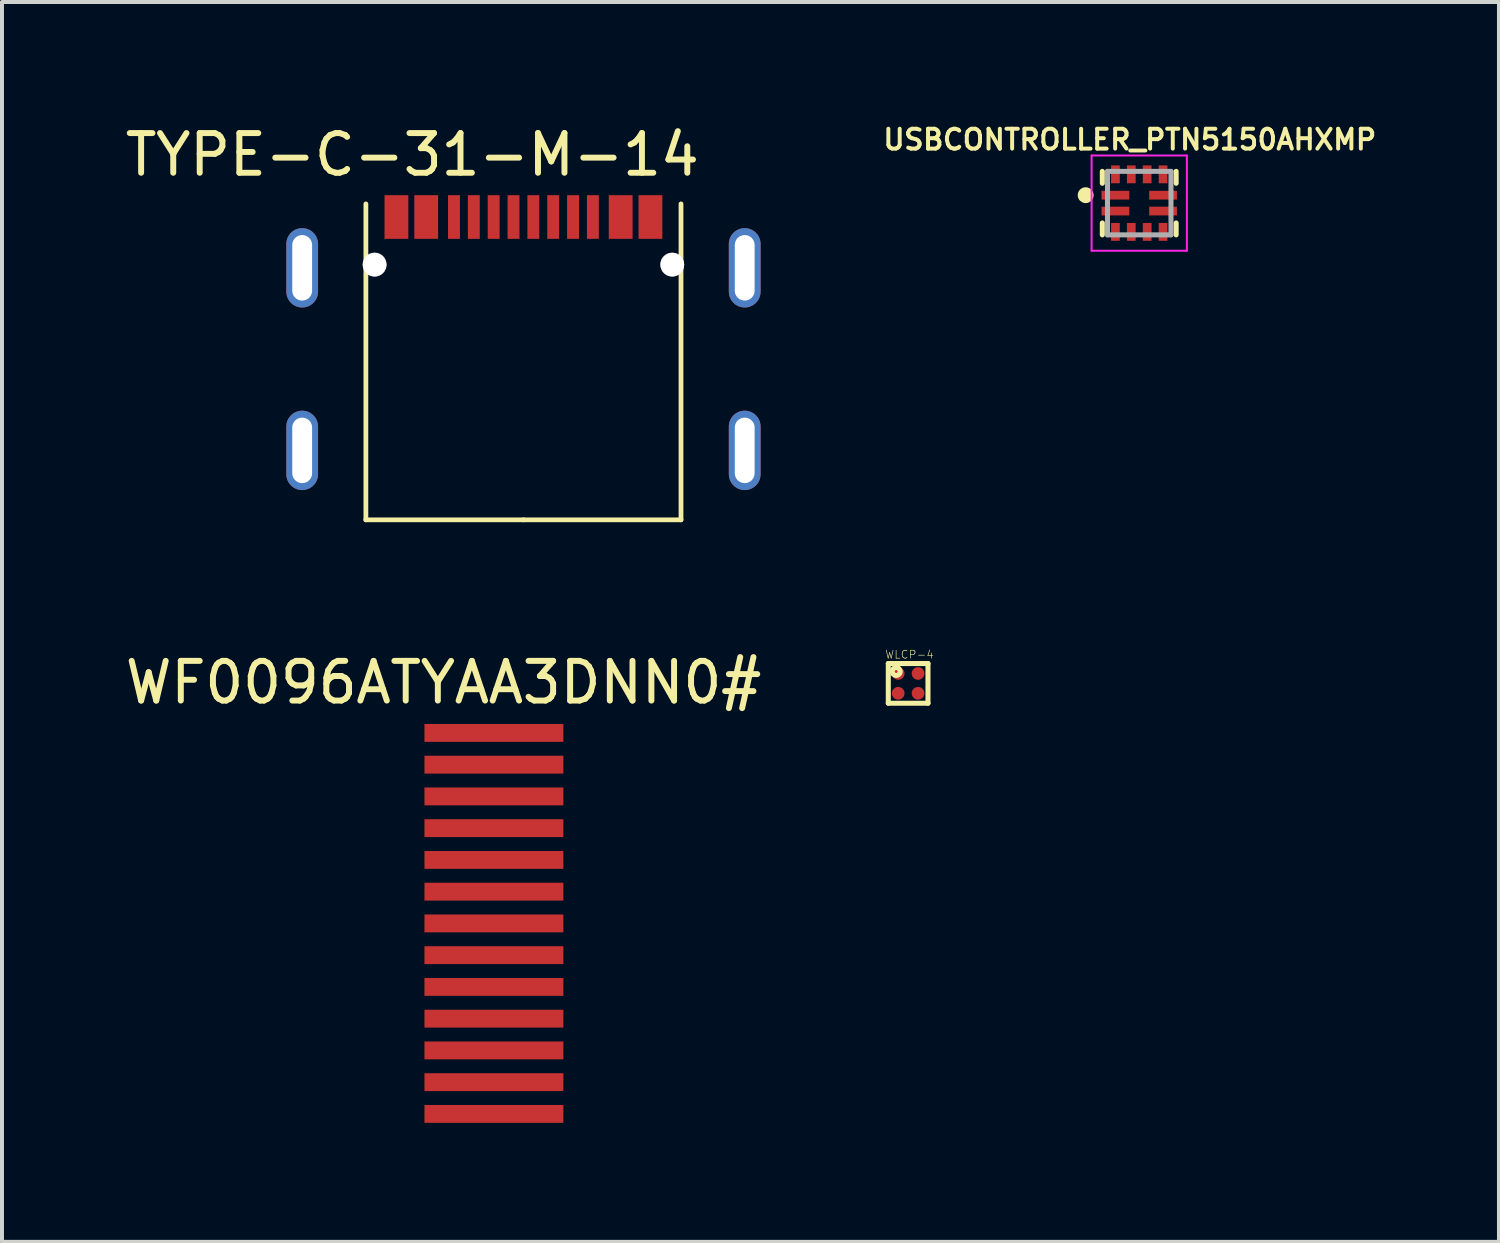
<source format=kicad_pcb>
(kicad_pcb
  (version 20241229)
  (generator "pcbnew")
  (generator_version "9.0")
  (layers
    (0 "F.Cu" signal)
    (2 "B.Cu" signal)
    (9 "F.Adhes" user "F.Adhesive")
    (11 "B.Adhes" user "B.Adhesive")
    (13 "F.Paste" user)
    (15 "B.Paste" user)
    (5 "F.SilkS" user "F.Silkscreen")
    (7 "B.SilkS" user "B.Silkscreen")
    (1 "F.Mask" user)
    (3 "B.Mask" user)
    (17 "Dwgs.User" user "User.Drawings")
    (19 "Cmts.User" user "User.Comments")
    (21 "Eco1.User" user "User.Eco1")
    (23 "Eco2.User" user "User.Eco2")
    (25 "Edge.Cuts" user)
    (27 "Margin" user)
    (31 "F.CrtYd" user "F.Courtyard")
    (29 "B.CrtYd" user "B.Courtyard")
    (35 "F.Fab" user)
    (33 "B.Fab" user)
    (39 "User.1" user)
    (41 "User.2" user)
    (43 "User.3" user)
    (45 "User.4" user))
  (footprint "WLCP-4"
    (layer "F.Cu")
    (at 19.832 14.169)
    (property "Reference" "WLCP-4" (at 0.035 -0.727 0) (layer "F.SilkS") (effects (font (size 0.2 0.2) (thickness 0.015))))
    (attr through_hole)
    (fp_circle (center -0.25 -0.25) (end -0.09 -0.25) (stroke (width 0.1) (type solid)) (fill no) (layer "F.Mask"))
    (fp_circle (center -0.25 0.25) (end -0.09 0.25) (stroke (width 0.1) (type solid)) (fill no) (layer "F.Mask"))
    (fp_circle (center 0.25 -0.25) (end 0.41 -0.25) (stroke (width 0.1) (type solid)) (fill no) (layer "F.Mask"))
    (fp_circle (center 0.25 0.25) (end 0.41 0.25) (stroke (width 0.1) (type solid)) (fill no) (layer "F.Mask"))
    (fp_line (start -0.5 -0.5) (end -0.5 0.5) (stroke (width 0.127) (type solid)) (layer "F.SilkS"))
    (fp_line (start -0.5 0.5) (end 0.5 0.5) (stroke (width 0.127) (type solid)) (layer "F.SilkS"))
    (fp_line (start 0.5 -0.5) (end -0.5 -0.5) (stroke (width 0.127) (type solid)) (layer "F.SilkS"))
    (fp_line (start 0.5 0.5) (end 0.5 -0.5) (stroke (width 0.127) (type solid)) (layer "F.SilkS"))
    (fp_circle (center -0.3 -0.3) (end -0.2 -0.3) (stroke (width 0.127) (type solid)) (fill no) (layer "F.SilkS"))
    (pad "A1" smd circle (at -0.25 -0.25) (size 0.32 0.32) (layers "F.Cu" "F.Paste"))
    (pad "A2" smd circle (at 0.25 -0.25) (size 0.32 0.32) (layers "F.Cu" "F.Paste"))
    (pad "B1" smd circle (at -0.25 0.25) (size 0.32 0.32) (layers "F.Cu" "F.Paste"))
    (pad "B2" smd circle (at 0.25 0.25) (size 0.32 0.32) (layers "F.Cu" "F.Paste")))
  (footprint "WF0096ATYAA3DNN0#"
    (layer "F.Cu")
    (at 9.395 20.497)
    (property "Reference" "WF0096ATYAA3DNN0#" (at -1.27 -6.35 0) (layer "F.SilkS") (effects (font (size 1 1) (thickness 0.15))))
    (attr through_hole)
    (pad "1" smd rect (at 0 -5.08) (size 3.5 0.45) (layers "F.Cu" "F.Mask" "F.Paste"))
    (pad "2" smd rect (at 0 -4.28) (size 3.5 0.45) (layers "F.Cu" "F.Mask" "F.Paste"))
    (pad "3" smd rect (at 0 -3.48) (size 3.5 0.45) (layers "F.Cu" "F.Mask" "F.Paste"))
    (pad "4" smd rect (at 0 -2.68) (size 3.5 0.45) (layers "F.Cu" "F.Mask" "F.Paste"))
    (pad "5" smd rect (at 0 -1.88) (size 3.5 0.45) (layers "F.Cu" "F.Mask" "F.Paste"))
    (pad "6" smd rect (at 0 -1.08) (size 3.5 0.45) (layers "F.Cu" "F.Mask" "F.Paste"))
    (pad "7" smd rect (at 0 -0.28) (size 3.5 0.45) (layers "F.Cu" "F.Mask" "F.Paste"))
    (pad "8" smd rect (at 0 0.52) (size 3.5 0.45) (layers "F.Cu" "F.Mask" "F.Paste"))
    (pad "9" smd rect (at 0 1.32) (size 3.5 0.45) (layers "F.Cu" "F.Mask" "F.Paste"))
    (pad "10" smd rect (at 0 2.12) (size 3.5 0.45) (layers "F.Cu" "F.Mask" "F.Paste"))
    (pad "11" smd rect (at 0 2.92) (size 3.5 0.45) (layers "F.Cu" "F.Mask" "F.Paste"))
    (pad "12" smd rect (at 0 3.72) (size 3.5 0.45) (layers "F.Cu" "F.Mask" "F.Paste"))
    (pad "13" smd rect (at 0 4.52) (size 3.5 0.45) (layers "F.Cu" "F.Mask" "F.Paste")))
  (footprint "TYPE-C-31-M-14"
    (layer "F.Cu")
    (at 10.139 10.048)
    (property "Reference" "TYPE-C-31-M-14" (at -2.8 -9.2 0) (layer "F.SilkS") (effects (font (size 1 1) (thickness 0.15))))
    (attr through_hole)
    (fp_line (start -3.97 0) (end -3.97 -7.96) (stroke (width 0.12) (type solid)) (layer "F.SilkS"))
    (fp_line (start 0 0) (end -3.97 0) (stroke (width 0.12) (type solid)) (layer "F.SilkS"))
    (fp_line (start 3.97 0) (end 0 0) (stroke (width 0.12) (type solid)) (layer "F.SilkS"))
    (fp_line (start 3.97 0) (end 3.97 -7.96) (stroke (width 0.12) (type solid)) (layer "F.SilkS"))
    (fp_line (start -4.5 -5.8) (end -3.1 -5.8) (stroke (width 0.12) (type solid)) (layer "Eco2.User"))
    (fp_line (start -4.5 0) (end -4.5 -4.6) (stroke (width 0.12) (type solid)) (layer "Eco2.User"))
    (fp_line (start -2.7 -6.2) (end 0 -6.2) (stroke (width 0.12) (type solid)) (layer "Eco2.User"))
    (fp_line (start 0 -6.2) (end 2.9 -6.2) (stroke (width 0.12) (type solid)) (layer "Eco2.User"))
    (fp_line (start 3.3 -5.8) (end 4.5 -5.8) (stroke (width 0.12) (type solid)) (layer "Eco2.User"))
    (fp_line (start 4.5 0) (end 4.5 -4.6) (stroke (width 0.12) (type solid)) (layer "Eco2.User"))
    (fp_arc (start -4.5 -4.6) (mid -5.1 -5.2) (end -4.5 -5.8) (stroke (width 0.12) (type solid)) (layer "Eco2.User"))
    (fp_arc (start -3.1 -5.8) (mid -2.982843 -6.082843) (end -2.7 -6.2) (stroke (width 0.12) (type solid)) (layer "Eco2.User"))
    (fp_arc (start 2.9 -6.2) (mid 3.182843 -6.082843) (end 3.3 -5.8) (stroke (width 0.12) (type solid)) (layer "Eco2.User"))
    (fp_arc (start 4.5 -5.8) (mid 5.1 -5.2) (end 4.5 -4.6) (stroke (width 0.12) (type solid)) (layer "Eco2.User"))
    (pad "" thru_hole circle (at -3.75 -6.43) (size 0.6 0.6) (drill 0.6) (layers "*.Cu" "*.Mask"))
    (pad "" thru_hole circle (at 3.75 -6.43) (size 0.6 0.6) (drill 0.6) (layers "*.Cu" "*.Mask"))
    (pad "A1B12" smd rect (at -3.2 -7.63) (size 0.6 1.1) (layers "F.Cu" "F.Mask" "F.Paste"))
    (pad "A4B9" smd rect (at -2.45 -7.63) (size 0.6 1.1) (layers "F.Cu" "F.Mask" "F.Paste"))
    (pad "A5" smd rect (at -1.25 -7.63) (size 0.3 1.1) (layers "F.Cu" "F.Mask" "F.Paste"))
    (pad "A6" smd rect (at -0.25 -7.63) (size 0.3 1.1) (layers "F.Cu" "F.Mask" "F.Paste"))
    (pad "A7" smd rect (at 0.25 -7.63) (size 0.3 1.1) (layers "F.Cu" "F.Mask" "F.Paste"))
    (pad "A8" smd rect (at 1.25 -7.63) (size 0.3 1.1) (layers "F.Cu" "F.Mask" "F.Paste"))
    (pad "B1A12" smd rect (at 3.2 -7.63) (size 0.6 1.1) (layers "F.Cu" "F.Mask" "F.Paste"))
    (pad "B4A9" smd rect (at 2.45 -7.63) (size 0.6 1.1) (layers "F.Cu" "F.Mask" "F.Paste"))
    (pad "B5" smd rect (at 1.75 -7.63) (size 0.3 1.1) (layers "F.Cu" "F.Mask" "F.Paste"))
    (pad "B6" smd rect (at 0.75 -7.63) (size 0.3 1.1) (layers "F.Cu" "F.Mask" "F.Paste"))
    (pad "B7" smd rect (at -0.75 -7.63) (size 0.3 1.1) (layers "F.Cu" "F.Mask" "F.Paste"))
    (pad "B8" smd rect (at -1.75 -7.63) (size 0.3 1.1) (layers "F.Cu" "F.Mask" "F.Paste"))
    (pad "S" thru_hole oval (at -5.575 -6.35) (size 0.8 2) (drill oval 0.5 1.65) (layers "*.Cu" "*.Mask"))
    (pad "S" thru_hole oval (at -5.575 -1.75) (size 0.8 2) (drill oval 0.5 1.65) (layers "*.Cu" "*.Mask"))
    (pad "S" thru_hole oval (at 5.575 -6.35) (size 0.8 2) (drill oval 0.5 1.65) (layers "*.Cu" "*.Mask"))
    (pad "S" thru_hole oval (at 5.575 -1.75) (size 0.8 2) (drill oval 0.5 1.65) (layers "*.Cu" "*.Mask")))
  (footprint "USBCONTROLLER_PTN5150AHXMP"
    (layer "F.Cu")
    (at 25.655 2.068)
    (property "Reference" "USBCONTROLLER_PTN5150AHXMP" (at -0.238 -1.6 0) (layer "F.SilkS") (effects (font (size 0.5 0.5) (thickness 0.1))))
    (attr through_hole)
    (fp_poly (pts (xy -1.001 0.04) (xy -0.2 0.04) (xy -0.2 0.361) (xy -1.001 0.361)) (stroke (width 0.01) (type solid)) (fill yes) (layer "F.Mask"))
    (fp_poly (pts (xy -1.001 -0.36) (xy -0.2 -0.36) (xy -0.2 -0.04) (xy -1.001 -0.04)) (stroke (width 0.01) (type solid)) (fill yes) (layer "F.Mask"))
    (fp_poly (pts (xy -0.751 -1) (xy -0.45 -1) (xy -0.45 -0.45) (xy -0.751 -0.45)) (stroke (width 0.01) (type solid)) (fill yes) (layer "F.Mask"))
    (fp_poly (pts (xy -0.75 0.45) (xy -0.45 0.45) (xy -0.45 1) (xy -0.75 1)) (stroke (width 0.01) (type solid)) (fill yes) (layer "F.Mask"))
    (fp_poly (pts (xy -0.351 -1) (xy -0.05 -1) (xy -0.05 -0.451) (xy -0.351 -0.451)) (stroke (width 0.01) (type solid)) (fill yes) (layer "F.Mask"))
    (fp_poly (pts (xy -0.35 0.45) (xy -0.05 0.45) (xy -0.05 1) (xy -0.35 1)) (stroke (width 0.01) (type solid)) (fill yes) (layer "F.Mask"))
    (fp_poly (pts (xy 0.05 -1) (xy 0.35 -1) (xy 0.35 -0.45) (xy 0.05 -0.45)) (stroke (width 0.01) (type solid)) (fill yes) (layer "F.Mask"))
    (fp_poly (pts (xy 0.05 0.45) (xy 0.35 0.45) (xy 0.35 1.001) (xy 0.05 1.001)) (stroke (width 0.01) (type solid)) (fill yes) (layer "F.Mask"))
    (fp_poly (pts (xy 0.2 0.04) (xy 1 0.04) (xy 1 0.36) (xy 0.2 0.36)) (stroke (width 0.01) (type solid)) (fill yes) (layer "F.Mask"))
    (fp_poly (pts (xy 0.2 -0.36) (xy 1 -0.36) (xy 1 -0.04) (xy 0.2 -0.04)) (stroke (width 0.01) (type solid)) (fill yes) (layer "F.Mask"))
    (fp_poly (pts (xy 0.45 -1) (xy 0.75 -1) (xy 0.75 -0.45) (xy 0.45 -0.45)) (stroke (width 0.01) (type solid)) (fill yes) (layer "F.Mask"))
    (fp_poly (pts (xy 0.451 0.45) (xy 0.75 0.45) (xy 0.75 1.002) (xy 0.451 1.002)) (stroke (width 0.01) (type solid)) (fill yes) (layer "F.Mask"))
    (fp_line (start -0.93 -0.5) (end -0.93 -0.8) (stroke (width 0.127) (type solid)) (layer "F.SilkS"))
    (fp_line (start -0.93 0.5) (end -0.93 0.8) (stroke (width 0.127) (type solid)) (layer "F.SilkS"))
    (fp_line (start 0.93 -0.8) (end 0.93 -0.5) (stroke (width 0.127) (type solid)) (layer "F.SilkS"))
    (fp_line (start 0.93 0.5) (end 0.93 0.8) (stroke (width 0.127) (type solid)) (layer "F.SilkS"))
    (fp_circle (center -1.35 -0.2) (end -1.25 -0.2) (stroke (width 0.2) (type solid)) (fill no) (layer "F.SilkS"))
    (fp_poly (pts (xy -0.691 -0.93) (xy -0.51 -0.93) (xy -0.51 -0.521) (xy -0.691 -0.521)) (stroke (width 0.01) (type solid)) (fill yes) (layer "F.Paste"))
    (fp_poly (pts (xy -0.691 -0.13) (xy -0.51 -0.13) (xy -0.51 0.531) (xy -0.691 0.531)) (stroke (width 0.01) (type solid)) (fill yes) (layer "F.Paste"))
    (fp_poly (pts (xy -0.691 -0.53) (xy -0.51 -0.53) (xy -0.51 0.13) (xy -0.691 0.13)) (stroke (width 0.01) (type solid)) (fill yes) (layer "F.Paste"))
    (fp_poly (pts (xy -0.69 0.52) (xy -0.51 0.52) (xy -0.51 0.93) (xy -0.69 0.93)) (stroke (width 0.01) (type solid)) (fill yes) (layer "F.Paste"))
    (fp_poly (pts (xy -0.29 0.52) (xy -0.11 0.52) (xy -0.11 0.931) (xy -0.29 0.931)) (stroke (width 0.01) (type solid)) (fill yes) (layer "F.Paste"))
    (fp_poly (pts (xy -0.29 -0.93) (xy -0.11 -0.93) (xy -0.11 -0.52) (xy -0.29 -0.52)) (stroke (width 0.01) (type solid)) (fill yes) (layer "F.Paste"))
    (fp_poly (pts (xy 0.11 0.52) (xy 0.29 0.52) (xy 0.29 0.93) (xy 0.11 0.93)) (stroke (width 0.01) (type solid)) (fill yes) (layer "F.Paste"))
    (fp_poly (pts (xy 0.11 -0.93) (xy 0.29 -0.93) (xy 0.29 -0.521) (xy 0.11 -0.521)) (stroke (width 0.01) (type solid)) (fill yes) (layer "F.Paste"))
    (fp_poly (pts (xy 0.51 -0.93) (xy 0.69 -0.93) (xy 0.69 -0.52) (xy 0.51 -0.52)) (stroke (width 0.01) (type solid)) (fill yes) (layer "F.Paste"))
    (fp_poly (pts (xy 0.51 0.52) (xy 0.69 0.52) (xy 0.69 0.93) (xy 0.51 0.93)) (stroke (width 0.01) (type solid)) (fill yes) (layer "F.Paste"))
    (fp_poly (pts (xy 0.511 -0.53) (xy 0.69 -0.53) (xy 0.69 0.13) (xy 0.511 0.13)) (stroke (width 0.01) (type solid)) (fill yes) (layer "F.Paste"))
    (fp_poly (pts (xy 0.511 -0.13) (xy 0.69 -0.13) (xy 0.69 0.531) (xy 0.511 0.531)) (stroke (width 0.01) (type solid)) (fill yes) (layer "F.Paste"))
    (fp_line (start -1.2 -1.2) (end -1.2 1.2) (stroke (width 0.05) (type solid)) (layer "F.CrtYd"))
    (fp_line (start -1.2 1.2) (end 1.2 1.2) (stroke (width 0.05) (type solid)) (layer "F.CrtYd"))
    (fp_line (start 1.2 -1.2) (end -1.2 -1.2) (stroke (width 0.05) (type solid)) (layer "F.CrtYd"))
    (fp_line (start 1.2 1.2) (end 1.2 -1.2) (stroke (width 0.05) (type solid)) (layer "F.CrtYd"))
    (fp_line (start -0.8 -0.8) (end 0.8 -0.8) (stroke (width 0.127) (type solid)) (layer "F.Fab"))
    (fp_line (start -0.8 0.8) (end -0.8 -0.8) (stroke (width 0.127) (type solid)) (layer "F.Fab"))
    (fp_line (start 0.8 -0.8) (end 0.8 0.8) (stroke (width 0.127) (type solid)) (layer "F.Fab"))
    (fp_line (start 0.8 0.8) (end -0.8 0.8) (stroke (width 0.127) (type solid)) (layer "F.Fab"))
    (pad "1" smd rect (at -0.6 -0.2) (size 0.7 0.22) (layers "F.Cu"))
    (pad "2" smd rect (at -0.6 0.2) (size 0.7 0.22) (layers "F.Cu"))
    (pad "3" smd rect (at -0.6 0.725) (size 0.22 0.45) (layers "F.Cu"))
    (pad "4" smd rect (at -0.2 0.725) (size 0.22 0.45) (layers "F.Cu"))
    (pad "5" smd rect (at 0.2 0.725) (size 0.22 0.45) (layers "F.Cu"))
    (pad "6" smd rect (at 0.6 0.725) (size 0.22 0.45) (layers "F.Cu"))
    (pad "7" smd rect (at 0.6 0.2) (size 0.7 0.22) (layers "F.Cu"))
    (pad "8" smd rect (at 0.6 -0.2) (size 0.7 0.22) (layers "F.Cu"))
    (pad "9" smd rect (at 0.6 -0.725) (size 0.22 0.45) (layers "F.Cu"))
    (pad "10" smd rect (at 0.2 -0.725) (size 0.22 0.45) (layers "F.Cu"))
    (pad "11" smd rect (at -0.2 -0.725) (size 0.22 0.45) (layers "F.Cu"))
    (pad "12" smd rect (at -0.6 -0.725) (size 0.22 0.45) (layers "F.Cu")))
  (gr_rect
    (start -3 -3)
    (end 34.719 28.241)
    (stroke (width 0.1) (type default))
    (fill no)
    (layer "Edge.Cuts")))
</source>
